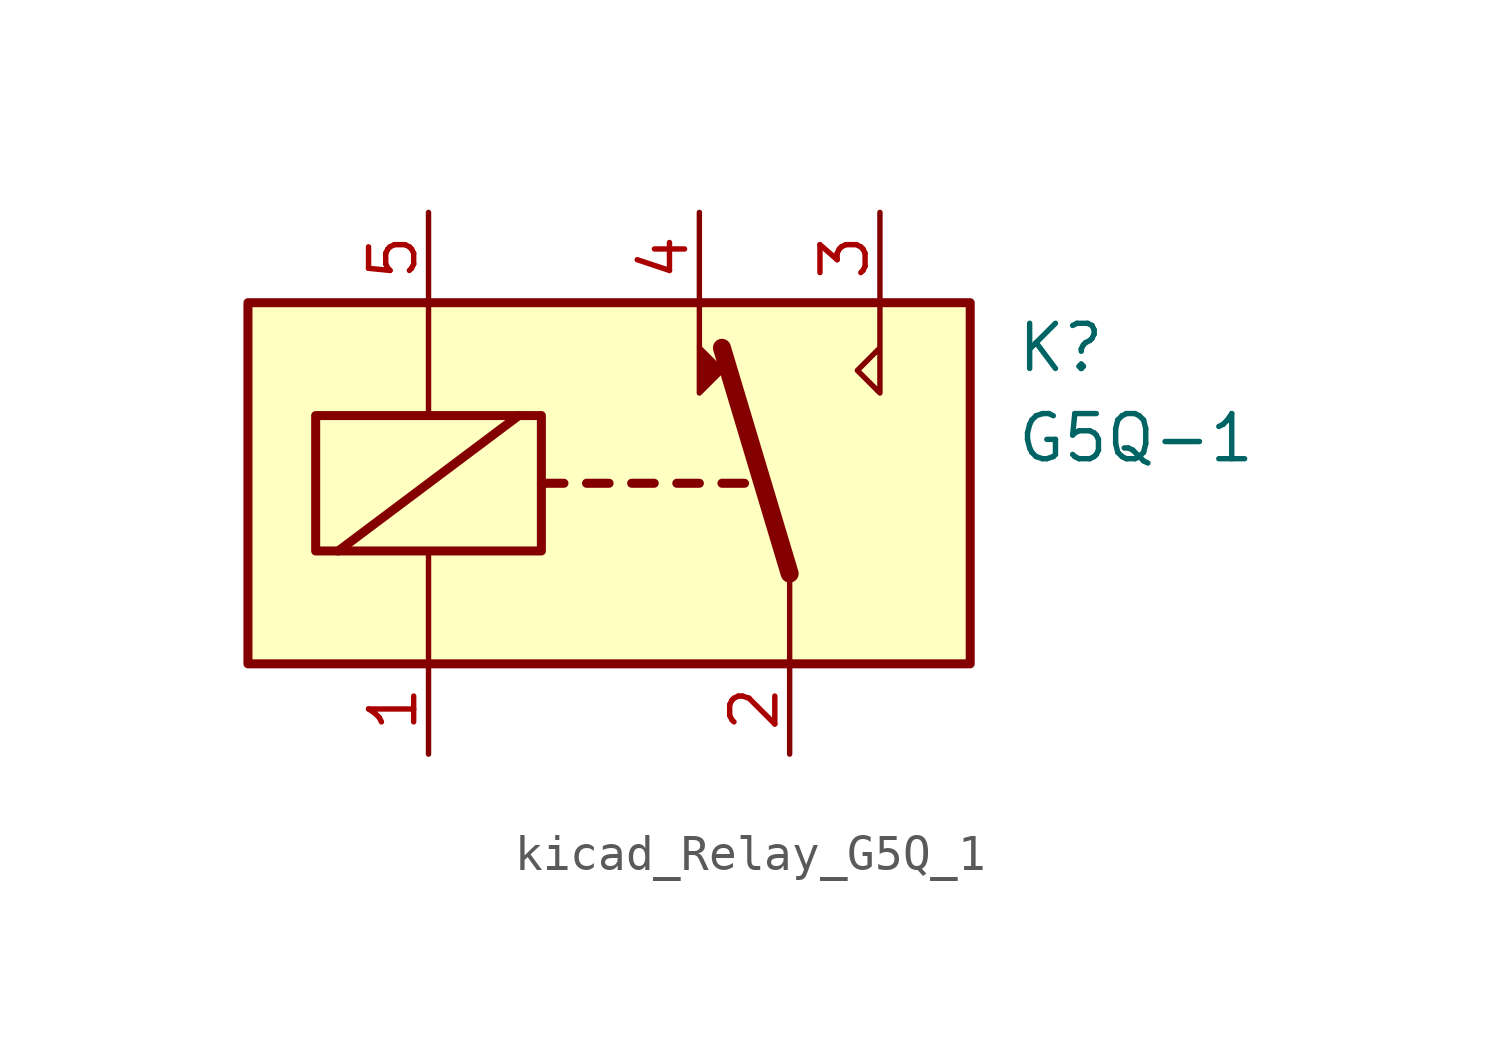
<source format=kicad_sym>
(kicad_symbol_lib
  (version 20220914)
  (generator kicad_symbol_editor)
  (symbol "kicad_Relay_G5Q_1"
    (property "Reference" "K"
      (at 11.43 3.81 0)
      (effects (font (size 1.27 1.27)) (justify left)))
    (property "Value" "G5Q-1"
      (at 11.43 1.27 0)
      (effects (font (size 1.27 1.27)) (justify left)))
    (symbol "kicad_Relay_G5Q_1_0_0"
      (polyline (pts (xy 7.62 5.08) (xy 7.62 2.54) (xy 6.985 3.175) (xy 7.62 3.81)) (stroke (width 0) (type default)) (fill (type none))))
    (symbol "kicad_Relay_G5Q_1_0_1"
      (rectangle (start -10.16 5.08) (end 10.16 -5.08) (stroke (width 0.254) (type default)) (fill (type background)))
      (rectangle (start -8.255 1.905) (end -1.905 -1.905) (stroke (width 0.254) (type default)) (fill (type none)))
      (polyline (pts (xy -7.62 -1.905) (xy -2.54 1.905)) (stroke (width 0.254) (type default)) (fill (type none)))
      (polyline (pts (xy -5.08 -5.08) (xy -5.08 -1.905)) (stroke (width 0) (type default)) (fill (type none)))
      (polyline (pts (xy -5.08 5.08) (xy -5.08 1.905)) (stroke (width 0) (type default)) (fill (type none)))
      (polyline (pts (xy -1.905 0) (xy -1.27 0)) (stroke (width 0.254) (type default)) (fill (type none)))
      (polyline (pts (xy -0.635 0) (xy 0 0)) (stroke (width 0.254) (type default)) (fill (type none)))
      (polyline (pts (xy 0.635 0) (xy 1.27 0)) (stroke (width 0.254) (type default)) (fill (type none)))
      (polyline (pts (xy 1.905 0) (xy 2.54 0)) (stroke (width 0.254) (type default)) (fill (type none)))
      (polyline (pts (xy 3.175 0) (xy 3.81 0)) (stroke (width 0.254) (type default)) (fill (type none)))
      (polyline (pts (xy 5.08 -2.54) (xy 3.175 3.81)) (stroke (width 0.508) (type default)) (fill (type none)))
      (polyline (pts (xy 5.08 -2.54) (xy 5.08 -5.08)) (stroke (width 0) (type default)) (fill (type none)))
      (polyline (pts (xy 2.54 5.08) (xy 2.54 2.54) (xy 3.175 3.175) (xy 2.54 3.81)) (stroke (width 0) (type default)) (fill (type outline))))
    (symbol "kicad_Relay_G5Q_1_1_1"
      (pin passive line (at -5.08 -7.62 90) (length 2.54) (name "~" (effects (font (size 1.27 1.27)))) (number "1" (effects (font (size 1.27 1.27)))))
      (pin passive line (at 5.08 -7.62 90) (length 2.54) (name "~" (effects (font (size 1.27 1.27)))) (number "2" (effects (font (size 1.27 1.27)))))
      (pin passive line (at 7.62 7.62 270) (length 2.54) (name "~" (effects (font (size 1.27 1.27)))) (number "3" (effects (font (size 1.27 1.27)))))
      (pin passive line (at 2.54 7.62 270) (length 2.54) (name "~" (effects (font (size 1.27 1.27)))) (number "4" (effects (font (size 1.27 1.27)))))
      (pin passive line (at -5.08 7.62 270) (length 2.54) (name "~" (effects (font (size 1.27 1.27)))) (number "5" (effects (font (size 1.27 1.27))))))))
</source>
